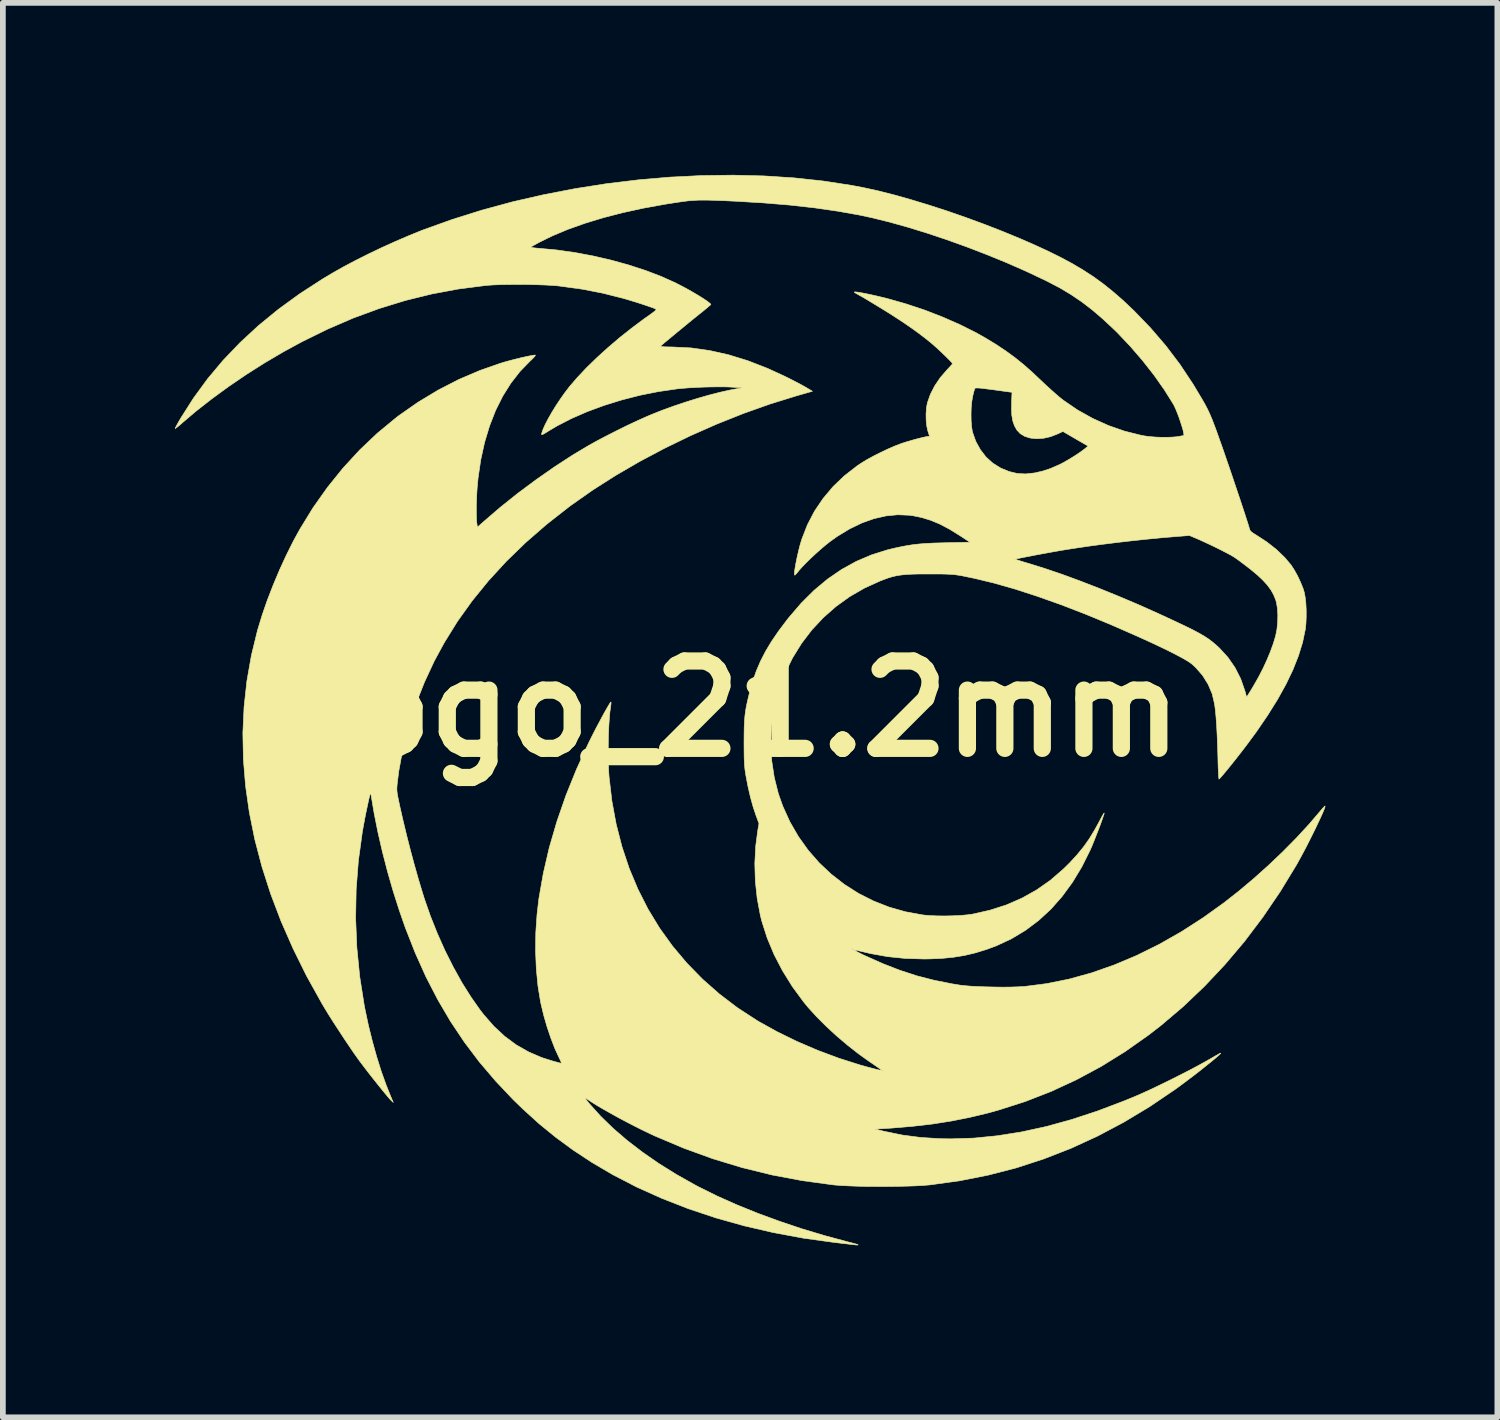
<source format=kicad_pcb>
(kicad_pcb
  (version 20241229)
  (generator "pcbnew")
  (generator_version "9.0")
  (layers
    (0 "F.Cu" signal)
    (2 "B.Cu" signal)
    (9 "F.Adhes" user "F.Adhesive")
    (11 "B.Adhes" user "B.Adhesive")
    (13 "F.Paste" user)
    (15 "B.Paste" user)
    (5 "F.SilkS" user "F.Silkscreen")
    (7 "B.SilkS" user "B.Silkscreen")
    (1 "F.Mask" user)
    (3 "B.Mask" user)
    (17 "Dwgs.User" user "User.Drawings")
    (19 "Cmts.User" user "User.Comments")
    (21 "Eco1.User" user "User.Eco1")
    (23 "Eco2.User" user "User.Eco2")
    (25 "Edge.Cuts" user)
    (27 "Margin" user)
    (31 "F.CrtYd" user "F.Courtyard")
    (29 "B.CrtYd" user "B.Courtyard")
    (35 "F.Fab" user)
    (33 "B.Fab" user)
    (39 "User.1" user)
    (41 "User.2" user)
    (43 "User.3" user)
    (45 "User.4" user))
  (footprint "logo_21.2mm"
    (layer "F.Cu")
    (at 9.904 9.313)
    (property "Reference" "logo_21.2mm" (at 0 0 0) (layer "F.SilkS") (effects (font (size 1.524 1.524) (thickness 0.3))))
    (attr through_hole)
    (fp_poly (pts (xy 0.366 -9.295) (xy 0.892 -9.261) (xy 1.403 -9.206) (xy 1.898 -9.13) (xy 2.105 -9.091) (xy 2.364 -9.034) (xy 2.644 -8.963) (xy 2.941 -8.879) (xy 3.251 -8.785) (xy 3.569 -8.682) (xy 3.89 -8.57) (xy 4.212 -8.452) (xy 4.528 -8.329) (xy 4.836 -8.202) (xy 5.05 -8.109) (xy 5.306 -7.992) (xy 5.537 -7.878) (xy 5.747 -7.766) (xy 5.941 -7.651) (xy 6.122 -7.533) (xy 6.295 -7.407) (xy 6.464 -7.271) (xy 6.634 -7.123) (xy 6.807 -6.959) (xy 6.826 -6.941) (xy 7.115 -6.641) (xy 7.381 -6.331) (xy 7.627 -6.006) (xy 7.856 -5.661) (xy 8.029 -5.371) (xy 8.067 -5.303) (xy 8.099 -5.242) (xy 8.129 -5.181) (xy 8.158 -5.116) (xy 8.188 -5.044) (xy 8.221 -4.958) (xy 8.26 -4.854) (xy 8.305 -4.728) (xy 8.315 -4.699) (xy 8.354 -4.59) (xy 8.397 -4.467) (xy 8.442 -4.335) (xy 8.49 -4.197) (xy 8.538 -4.055) (xy 8.586 -3.912) (xy 8.633 -3.772) (xy 8.678 -3.639) (xy 8.719 -3.515) (xy 8.756 -3.403) (xy 8.787 -3.306) (xy 8.812 -3.229) (xy 8.829 -3.173) (xy 8.837 -3.143) (xy 8.847 -3.115) (xy 8.867 -3.091) (xy 8.904 -3.063) (xy 8.954 -3.032) (xy 9.139 -2.912) (xy 9.306 -2.781) (xy 9.45 -2.643) (xy 9.563 -2.51) (xy 9.62 -2.422) (xy 9.678 -2.318) (xy 9.73 -2.207) (xy 9.773 -2.1) (xy 9.794 -2.032) (xy 9.81 -1.947) (xy 9.822 -1.84) (xy 9.828 -1.722) (xy 9.828 -1.601) (xy 9.823 -1.485) (xy 9.812 -1.383) (xy 9.811 -1.381) (xy 9.765 -1.159) (xy 9.693 -0.926) (xy 9.597 -0.683) (xy 9.476 -0.43) (xy 9.329 -0.165) (xy 9.156 0.112) (xy 8.958 0.402) (xy 8.81 0.603) (xy 8.745 0.689) (xy 8.676 0.778) (xy 8.607 0.867) (xy 8.538 0.953) (xy 8.475 1.032) (xy 8.417 1.102) (xy 8.369 1.159) (xy 8.333 1.2) (xy 8.312 1.222) (xy 8.307 1.225) (xy 8.304 1.211) (xy 8.3 1.171) (xy 8.297 1.108) (xy 8.293 1.028) (xy 8.29 0.934) (xy 8.288 0.84) (xy 8.282 0.637) (xy 8.274 0.449) (xy 8.265 0.279) (xy 8.254 0.131) (xy 8.242 0.008) (xy 8.23 -0.082) (xy 8.188 -0.261) (xy 8.117 -0.428) (xy 8.021 -0.582) (xy 7.9 -0.721) (xy 7.833 -0.782) (xy 7.781 -0.82) (xy 7.701 -0.868) (xy 7.596 -0.925) (xy 7.466 -0.992) (xy 7.311 -1.068) (xy 7.133 -1.152) (xy 6.933 -1.243) (xy 6.88 -1.267) (xy 6.415 -1.471) (xy 5.969 -1.655) (xy 5.544 -1.819) (xy 5.138 -1.963) (xy 4.753 -2.088) (xy 4.388 -2.192) (xy 4.045 -2.275) (xy 3.832 -2.319) (xy 3.775 -2.329) (xy 3.722 -2.337) (xy 3.668 -2.343) (xy 3.609 -2.347) (xy 3.538 -2.35) (xy 3.453 -2.352) (xy 3.346 -2.352) (xy 3.235 -2.352) (xy 3.086 -2.352) (xy 2.962 -2.349) (xy 2.858 -2.344) (xy 2.769 -2.335) (xy 2.689 -2.323) (xy 2.614 -2.306) (xy 2.538 -2.283) (xy 2.458 -2.254) (xy 2.398 -2.231) (xy 2.123 -2.106) (xy 1.865 -1.957) (xy 1.625 -1.784) (xy 1.405 -1.59) (xy 1.204 -1.375) (xy 1.025 -1.14) (xy 0.868 -0.886) (xy 0.735 -0.615) (xy 0.697 -0.523) (xy 0.604 -0.248) (xy 0.538 0.035) (xy 0.5 0.324) (xy 0.49 0.616) (xy 0.506 0.908) (xy 0.55 1.196) (xy 0.621 1.478) (xy 0.698 1.696) (xy 0.822 1.969) (xy 0.97 2.226) (xy 1.141 2.465) (xy 1.333 2.685) (xy 1.544 2.884) (xy 1.774 3.063) (xy 2.019 3.219) (xy 2.28 3.351) (xy 2.555 3.459) (xy 2.841 3.54) (xy 3.137 3.594) (xy 3.141 3.595) (xy 3.251 3.605) (xy 3.379 3.611) (xy 3.518 3.613) (xy 3.659 3.61) (xy 3.795 3.604) (xy 3.917 3.593) (xy 4.012 3.58) (xy 4.315 3.511) (xy 4.601 3.419) (xy 4.871 3.301) (xy 5.125 3.159) (xy 5.365 2.991) (xy 5.591 2.796) (xy 5.701 2.688) (xy 5.833 2.544) (xy 5.947 2.405) (xy 6.047 2.263) (xy 6.141 2.108) (xy 6.211 1.98) (xy 6.245 1.916) (xy 6.273 1.864) (xy 6.294 1.83) (xy 6.304 1.816) (xy 6.305 1.817) (xy 6.3 1.84) (xy 6.285 1.885) (xy 6.263 1.949) (xy 6.235 2.026) (xy 6.203 2.111) (xy 6.168 2.2) (xy 6.134 2.287) (xy 6.101 2.369) (xy 6.071 2.439) (xy 6.06 2.464) (xy 5.914 2.757) (xy 5.751 3.026) (xy 5.571 3.272) (xy 5.375 3.494) (xy 5.161 3.691) (xy 4.932 3.863) (xy 4.687 4.01) (xy 4.426 4.132) (xy 4.251 4.197) (xy 4.055 4.257) (xy 3.865 4.302) (xy 3.672 4.333) (xy 3.47 4.353) (xy 3.251 4.362) (xy 3.155 4.363) (xy 2.834 4.353) (xy 2.529 4.322) (xy 2.232 4.269) (xy 2.062 4.229) (xy 2.009 4.216) (xy 1.967 4.208) (xy 1.946 4.206) (xy 1.944 4.207) (xy 1.955 4.215) (xy 1.988 4.233) (xy 2.039 4.26) (xy 2.103 4.292) (xy 2.138 4.308) (xy 2.445 4.445) (xy 2.741 4.56) (xy 3.035 4.656) (xy 3.334 4.733) (xy 3.644 4.795) (xy 3.795 4.82) (xy 3.878 4.829) (xy 3.985 4.838) (xy 4.11 4.844) (xy 4.246 4.849) (xy 4.388 4.852) (xy 4.529 4.854) (xy 4.664 4.853) (xy 4.786 4.849) (xy 4.889 4.844) (xy 4.918 4.842) (xy 5.306 4.792) (xy 5.696 4.713) (xy 6.088 4.604) (xy 6.479 4.467) (xy 6.871 4.302) (xy 7.261 4.109) (xy 7.65 3.888) (xy 8.035 3.64) (xy 8.389 3.386) (xy 8.649 3.182) (xy 8.911 2.962) (xy 9.17 2.73) (xy 9.421 2.491) (xy 9.659 2.25) (xy 9.879 2.011) (xy 10.062 1.797) (xy 10.101 1.751) (xy 10.133 1.716) (xy 10.152 1.697) (xy 10.157 1.695) (xy 10.155 1.713) (xy 10.141 1.753) (xy 10.116 1.814) (xy 10.081 1.891) (xy 10.039 1.981) (xy 9.992 2.081) (xy 9.939 2.188) (xy 9.884 2.298) (xy 9.828 2.409) (xy 9.771 2.516) (xy 9.717 2.616) (xy 9.667 2.707) (xy 9.66 2.719) (xy 9.375 3.187) (xy 9.071 3.634) (xy 8.75 4.059) (xy 8.41 4.461) (xy 8.053 4.84) (xy 7.68 5.195) (xy 7.291 5.525) (xy 7.075 5.692) (xy 6.668 5.979) (xy 6.25 6.238) (xy 5.82 6.469) (xy 5.379 6.673) (xy 4.925 6.85) (xy 4.459 6.999) (xy 4.267 7.052) (xy 3.953 7.127) (xy 3.634 7.19) (xy 3.303 7.242) (xy 2.956 7.282) (xy 2.587 7.313) (xy 2.488 7.319) (xy 2.308 7.33) (xy 2.473 7.37) (xy 2.784 7.434) (xy 3.106 7.476) (xy 3.443 7.497) (xy 3.631 7.5) (xy 4.032 7.487) (xy 4.443 7.446) (xy 4.864 7.379) (xy 5.295 7.285) (xy 5.737 7.163) (xy 6.19 7.014) (xy 6.654 6.838) (xy 6.844 6.76) (xy 6.974 6.703) (xy 7.123 6.635) (xy 7.285 6.557) (xy 7.454 6.475) (xy 7.624 6.389) (xy 7.789 6.305) (xy 7.941 6.224) (xy 8.076 6.15) (xy 8.143 6.112) (xy 8.224 6.065) (xy 8.282 6.032) (xy 8.318 6.012) (xy 8.336 6.005) (xy 8.337 6.009) (xy 8.324 6.023) (xy 8.3 6.045) (xy 8.239 6.098) (xy 8.159 6.164) (xy 8.064 6.24) (xy 7.96 6.323) (xy 7.85 6.408) (xy 7.739 6.492) (xy 7.633 6.571) (xy 7.538 6.64) (xy 7.095 6.94) (xy 6.644 7.211) (xy 6.187 7.453) (xy 5.723 7.666) (xy 5.251 7.85) (xy 4.772 8.006) (xy 4.285 8.132) (xy 3.791 8.23) (xy 3.288 8.3) (xy 3.265 8.303) (xy 3.153 8.312) (xy 3.017 8.32) (xy 2.862 8.325) (xy 2.694 8.329) (xy 2.518 8.331) (xy 2.339 8.331) (xy 2.163 8.33) (xy 1.995 8.326) (xy 1.84 8.32) (xy 1.704 8.313) (xy 1.592 8.304) (xy 1.584 8.303) (xy 1.043 8.23) (xy 0.512 8.13) (xy -0.009 8.002) (xy -0.524 7.846) (xy -1.033 7.661) (xy -1.538 7.447) (xy -1.617 7.41) (xy -1.742 7.35) (xy -1.878 7.282) (xy -2.019 7.209) (xy -2.161 7.134) (xy -2.298 7.058) (xy -2.427 6.985) (xy -2.543 6.917) (xy -2.64 6.856) (xy -2.708 6.81) (xy -2.735 6.793) (xy -2.749 6.788) (xy -2.749 6.789) (xy -2.74 6.803) (xy -2.717 6.834) (xy -2.683 6.877) (xy -2.671 6.891) (xy -2.479 7.104) (xy -2.26 7.317) (xy -2.016 7.527) (xy -1.749 7.732) (xy -1.462 7.931) (xy -1.157 8.121) (xy -0.836 8.302) (xy -0.762 8.341) (xy -0.445 8.498) (xy -0.102 8.651) (xy 0.261 8.798) (xy 0.64 8.937) (xy 1.03 9.068) (xy 1.426 9.187) (xy 1.823 9.294) (xy 1.913 9.317) (xy 1.975 9.334) (xy 2.008 9.346) (xy 2.013 9.351) (xy 1.99 9.352) (xy 1.94 9.347) (xy 1.905 9.343) (xy 1.876 9.34) (xy 1.823 9.333) (xy 1.751 9.325) (xy 1.668 9.315) (xy 1.599 9.307) (xy 1.063 9.233) (xy 0.539 9.136) (xy 0.029 9.018) (xy -0.467 8.879) (xy -0.947 8.719) (xy -1.408 8.539) (xy -1.851 8.34) (xy -2.272 8.122) (xy -2.637 7.907) (xy -2.96 7.694) (xy -3.262 7.472) (xy -3.553 7.235) (xy -3.837 6.977) (xy -4.005 6.814) (xy -4.31 6.491) (xy -4.462 6.313) (xy 2.435 6.313) (xy 2.443 6.32) (xy 2.45 6.313) (xy 2.443 6.305) (xy 2.435 6.313) (xy -4.462 6.313) (xy -4.594 6.158) (xy -4.855 5.812) (xy -5.097 5.45) (xy -5.319 5.072) (xy -5.525 4.673) (xy -5.713 4.254) (xy -5.887 3.811) (xy -5.991 3.511) (xy -6.097 3.179) (xy -6.195 2.838) (xy -6.284 2.494) (xy -6.362 2.155) (xy -6.427 1.83) (xy -6.456 1.659) (xy -6.468 1.588) (xy -6.478 1.529) (xy -6.486 1.487) (xy -6.49 1.468) (xy -6.491 1.468) (xy -6.496 1.479) (xy -6.506 1.515) (xy -6.52 1.572) (xy -6.536 1.645) (xy -6.554 1.729) (xy -6.573 1.82) (xy -6.592 1.915) (xy -6.609 2.007) (xy -6.625 2.094) (xy -6.634 2.144) (xy -6.703 2.647) (xy -6.742 3.151) (xy -6.751 3.657) (xy -6.73 4.163) (xy -6.68 4.671) (xy -6.6 5.179) (xy -6.587 5.244) (xy -6.529 5.518) (xy -6.461 5.793) (xy -6.386 6.062) (xy -6.305 6.321) (xy -6.219 6.561) (xy -6.142 6.753) (xy -6.095 6.865) (xy -6.134 6.828) (xy -6.16 6.801) (xy -6.2 6.754) (xy -6.252 6.691) (xy -6.313 6.616) (xy -6.38 6.533) (xy -6.45 6.445) (xy -6.52 6.356) (xy -6.586 6.27) (xy -6.646 6.191) (xy -6.694 6.127) (xy -6.77 6.02) (xy -6.856 5.894) (xy -6.949 5.756) (xy -7.043 5.612) (xy -7.136 5.47) (xy -7.222 5.334) (xy -7.297 5.211) (xy -7.339 5.14) (xy -7.606 4.66) (xy -7.843 4.18) (xy -8.053 3.702) (xy -8.234 3.225) (xy -8.386 2.751) (xy -8.51 2.278) (xy -8.605 1.808) (xy -8.661 1.415) (xy -6.032 1.415) (xy -6.028 1.458) (xy -6.02 1.51) (xy -6.007 1.577) (xy -5.988 1.665) (xy -5.985 1.681) (xy -5.928 1.932) (xy -5.865 2.194) (xy -5.798 2.458) (xy -5.728 2.718) (xy -5.658 2.966) (xy -5.589 3.195) (xy -5.556 3.302) (xy -5.448 3.612) (xy -5.325 3.92) (xy -5.191 4.22) (xy -5.046 4.508) (xy -4.894 4.781) (xy -4.735 5.033) (xy -4.574 5.262) (xy -4.517 5.334) (xy -4.34 5.537) (xy -4.151 5.712) (xy -3.95 5.861) (xy -3.734 5.984) (xy -3.504 6.083) (xy -3.317 6.142) (xy -3.26 6.158) (xy -3.211 6.171) (xy -3.18 6.18) (xy -3.178 6.18) (xy -3.166 6.18) (xy -3.166 6.167) (xy -3.177 6.137) (xy -3.202 6.086) (xy -3.276 5.926) (xy -3.346 5.744) (xy -3.412 5.549) (xy -3.47 5.349) (xy -3.517 5.153) (xy -3.525 5.117) (xy -3.571 4.836) (xy -3.6 4.536) (xy -3.613 4.222) (xy -3.609 3.902) (xy -3.587 3.581) (xy -3.555 3.309) (xy -3.478 2.869) (xy -3.374 2.421) (xy -3.242 1.968) (xy -3.084 1.512) (xy -2.899 1.054) (xy -2.689 0.597) (xy -2.644 0.506) (xy -2.597 0.413) (xy -2.548 0.318) (xy -2.497 0.223) (xy -2.449 0.133) (xy -2.404 0.051) (xy -2.364 -0.019) (xy -2.332 -0.073) (xy -2.31 -0.108) (xy -2.299 -0.119) (xy -2.296 -0.106) (xy -2.299 -0.073) (xy -2.302 -0.049) (xy -2.316 0.05) (xy -2.327 0.173) (xy -2.336 0.313) (xy -2.342 0.466) (xy -2.345 0.626) (xy -2.346 0.786) (xy -2.343 0.94) (xy -2.338 1.084) (xy -2.331 1.188) (xy -2.282 1.607) (xy -2.207 2.013) (xy -2.106 2.405) (xy -1.98 2.783) (xy -1.828 3.145) (xy -1.652 3.492) (xy -1.451 3.823) (xy -1.225 4.137) (xy -0.976 4.433) (xy -0.704 4.712) (xy -0.408 4.973) (xy -0.09 5.215) (xy 0.251 5.437) (xy 0.276 5.452) (xy 0.6 5.632) (xy 0.946 5.801) (xy 1.307 5.956) (xy 1.677 6.094) (xy 2.048 6.212) (xy 2.189 6.251) (xy 2.281 6.275) (xy 2.346 6.292) (xy 2.389 6.301) (xy 2.412 6.303) (xy 2.418 6.3) (xy 2.412 6.293) (xy 2.395 6.28) (xy 2.358 6.254) (xy 2.306 6.218) (xy 2.244 6.175) (xy 2.215 6.156) (xy 2.022 6.018) (xy 1.828 5.866) (xy 1.637 5.704) (xy 1.455 5.536) (xy 1.287 5.368) (xy 1.138 5.204) (xy 1.061 5.11) (xy 0.865 4.843) (xy 0.693 4.566) (xy 0.546 4.283) (xy 0.508 4.191) (xy 1.912 4.191) (xy 1.92 4.198) (xy 1.927 4.191) (xy 1.92 4.184) (xy 1.912 4.191) (xy 0.508 4.191) (xy 0.426 3.995) (xy 0.334 3.707) (xy 0.309 3.608) (xy 0.253 3.311) (xy 0.22 3.005) (xy 0.211 2.696) (xy 0.227 2.391) (xy 0.262 2.126) (xy 0.284 2) (xy 0.231 1.857) (xy 0.182 1.711) (xy 0.135 1.541) (xy 0.092 1.355) (xy 0.057 1.173) (xy 0.046 1.108) (xy 0.038 1.047) (xy 0.032 0.986) (xy 0.028 0.918) (xy 0.025 0.838) (xy 0.024 0.741) (xy 0.023 0.621) (xy 0.023 0.583) (xy 0.024 0.437) (xy 0.026 0.316) (xy 0.031 0.211) (xy 0.039 0.118) (xy 0.051 0.029) (xy 0.067 -0.061) (xy 0.089 -0.16) (xy 0.116 -0.272) (xy 0.119 -0.285) (xy 0.174 -0.479) (xy 0.237 -0.66) (xy 0.311 -0.833) (xy 0.399 -1.004) (xy 0.503 -1.177) (xy 0.626 -1.357) (xy 0.771 -1.549) (xy 0.804 -1.591) (xy 1.02 -1.843) (xy 1.244 -2.066) (xy 1.479 -2.262) (xy 1.724 -2.43) (xy 1.979 -2.571) (xy 2.068 -2.609) (xy 4.756 -2.609) (xy 4.768 -2.604) (xy 4.804 -2.592) (xy 4.86 -2.574) (xy 4.931 -2.552) (xy 4.994 -2.534) (xy 5.269 -2.448) (xy 5.564 -2.348) (xy 5.877 -2.233) (xy 6.203 -2.107) (xy 6.54 -1.97) (xy 6.883 -1.825) (xy 7.229 -1.671) (xy 7.574 -1.511) (xy 7.711 -1.446) (xy 7.844 -1.381) (xy 7.953 -1.323) (xy 8.045 -1.27) (xy 8.125 -1.218) (xy 8.196 -1.164) (xy 8.265 -1.105) (xy 8.314 -1.06) (xy 8.463 -0.897) (xy 8.587 -0.718) (xy 8.686 -0.522) (xy 8.76 -0.31) (xy 8.771 -0.27) (xy 8.788 -0.204) (xy 8.849 -0.3) (xy 8.88 -0.351) (xy 8.92 -0.419) (xy 8.964 -0.496) (xy 9.008 -0.574) (xy 9.01 -0.579) (xy 9.079 -0.713) (xy 9.145 -0.857) (xy 9.205 -1.002) (xy 9.255 -1.14) (xy 9.292 -1.263) (xy 9.296 -1.278) (xy 9.318 -1.39) (xy 9.33 -1.512) (xy 9.333 -1.636) (xy 9.326 -1.752) (xy 9.309 -1.854) (xy 9.296 -1.9) (xy 9.26 -1.989) (xy 9.213 -2.073) (xy 9.152 -2.156) (xy 9.075 -2.241) (xy 8.979 -2.332) (xy 8.86 -2.431) (xy 8.793 -2.483) (xy 8.726 -2.534) (xy 8.662 -2.582) (xy 8.606 -2.622) (xy 8.566 -2.65) (xy 8.562 -2.652) (xy 8.511 -2.682) (xy 8.439 -2.72) (xy 8.352 -2.765) (xy 8.256 -2.813) (xy 8.157 -2.861) (xy 8.062 -2.905) (xy 7.977 -2.944) (xy 7.941 -2.96) (xy 7.792 -3.023) (xy 7.56 -3.005) (xy 7.319 -2.985) (xy 7.062 -2.96) (xy 6.796 -2.932) (xy 6.527 -2.901) (xy 6.264 -2.868) (xy 6.012 -2.834) (xy 5.779 -2.799) (xy 5.644 -2.778) (xy 5.548 -2.762) (xy 5.444 -2.744) (xy 5.334 -2.724) (xy 5.224 -2.704) (xy 5.116 -2.684) (xy 5.015 -2.664) (xy 4.926 -2.647) (xy 4.851 -2.632) (xy 4.795 -2.62) (xy 4.762 -2.612) (xy 4.756 -2.609) (xy 2.068 -2.609) (xy 2.246 -2.685) (xy 2.525 -2.773) (xy 2.637 -2.8) (xy 2.757 -2.826) (xy 2.866 -2.847) (xy 2.971 -2.863) (xy 3.077 -2.875) (xy 3.192 -2.884) (xy 3.321 -2.891) (xy 3.47 -2.895) (xy 3.547 -2.897) (xy 3.963 -2.906) (xy 3.788 -3.021) (xy 3.609 -3.132) (xy 3.443 -3.22) (xy 3.283 -3.287) (xy 3.125 -3.336) (xy 2.964 -3.369) (xy 2.901 -3.377) (xy 2.702 -3.385) (xy 2.498 -3.365) (xy 2.289 -3.317) (xy 2.078 -3.242) (xy 1.865 -3.139) (xy 1.652 -3.01) (xy 1.527 -2.921) (xy 1.452 -2.862) (xy 1.367 -2.79) (xy 1.278 -2.711) (xy 1.19 -2.629) (xy 1.108 -2.549) (xy 1.037 -2.476) (xy 0.983 -2.415) (xy 0.971 -2.4) (xy 0.941 -2.363) (xy 0.917 -2.338) (xy 0.907 -2.331) (xy 0.902 -2.345) (xy 0.903 -2.382) (xy 0.91 -2.439) (xy 0.922 -2.511) (xy 0.938 -2.594) (xy 0.957 -2.682) (xy 0.978 -2.771) (xy 1 -2.857) (xy 1.023 -2.934) (xy 1.03 -2.957) (xy 1.128 -3.209) (xy 1.252 -3.447) (xy 1.402 -3.669) (xy 1.576 -3.876) (xy 1.774 -4.065) (xy 1.995 -4.237) (xy 2.065 -4.284) (xy 2.161 -4.343) (xy 2.276 -4.406) (xy 2.403 -4.47) (xy 2.531 -4.531) (xy 2.653 -4.584) (xy 2.76 -4.625) (xy 2.772 -4.629) (xy 2.842 -4.652) (xy 2.921 -4.675) (xy 3.003 -4.699) (xy 3.081 -4.719) (xy 3.15 -4.736) (xy 3.202 -4.747) (xy 3.231 -4.751) (xy 3.253 -4.753) (xy 3.257 -4.755) (xy 3.253 -4.77) (xy 3.242 -4.806) (xy 3.227 -4.853) (xy 3.209 -4.938) (xy 3.199 -5.04) (xy 3.198 -5.135) (xy 3.982 -5.135) (xy 3.984 -5.022) (xy 3.992 -4.92) (xy 4.005 -4.837) (xy 4.008 -4.826) (xy 4.065 -4.665) (xy 4.145 -4.52) (xy 4.244 -4.392) (xy 4.362 -4.285) (xy 4.495 -4.202) (xy 4.5 -4.199) (xy 4.646 -4.139) (xy 4.787 -4.105) (xy 4.932 -4.097) (xy 5.087 -4.114) (xy 5.095 -4.115) (xy 5.23 -4.146) (xy 5.364 -4.19) (xy 5.507 -4.252) (xy 5.536 -4.265) (xy 5.615 -4.307) (xy 5.706 -4.36) (xy 5.801 -4.419) (xy 5.889 -4.478) (xy 5.962 -4.532) (xy 5.981 -4.548) (xy 6.024 -4.583) (xy 5.804 -4.71) (xy 5.584 -4.838) (xy 5.493 -4.795) (xy 5.37 -4.747) (xy 5.246 -4.719) (xy 5.128 -4.711) (xy 5.018 -4.722) (xy 4.92 -4.752) (xy 4.839 -4.801) (xy 4.782 -4.862) (xy 4.739 -4.938) (xy 4.71 -5.023) (xy 4.693 -5.122) (xy 4.688 -5.242) (xy 4.689 -5.274) (xy 4.69 -5.347) (xy 4.692 -5.411) (xy 4.694 -5.46) (xy 4.695 -5.483) (xy 4.699 -5.52) (xy 4.38 -5.564) (xy 4.27 -5.578) (xy 4.187 -5.589) (xy 4.126 -5.595) (xy 4.085 -5.596) (xy 4.061 -5.595) (xy 4.05 -5.589) (xy 4.049 -5.589) (xy 4.041 -5.566) (xy 4.028 -5.522) (xy 4.014 -5.466) (xy 4.01 -5.448) (xy 3.995 -5.357) (xy 3.985 -5.249) (xy 3.982 -5.135) (xy 3.198 -5.135) (xy 3.198 -5.149) (xy 3.205 -5.253) (xy 3.221 -5.337) (xy 3.272 -5.483) (xy 3.348 -5.632) (xy 3.446 -5.777) (xy 3.563 -5.912) (xy 3.566 -5.916) (xy 3.608 -5.96) (xy 3.64 -5.995) (xy 3.658 -6.017) (xy 3.661 -6.022) (xy 3.65 -6.035) (xy 3.623 -6.065) (xy 3.581 -6.107) (xy 3.529 -6.159) (xy 3.507 -6.18) (xy 3.406 -6.276) (xy 3.305 -6.366) (xy 3.198 -6.453) (xy 3.082 -6.542) (xy 2.952 -6.636) (xy 2.803 -6.739) (xy 2.719 -6.794) (xy 2.645 -6.842) (xy 2.558 -6.898) (xy 2.461 -6.958) (xy 2.36 -7.02) (xy 2.261 -7.08) (xy 2.168 -7.136) (xy 2.087 -7.184) (xy 2.022 -7.22) (xy 1.99 -7.238) (xy 1.959 -7.256) (xy 1.947 -7.269) (xy 1.947 -7.271) (xy 1.966 -7.272) (xy 2.009 -7.267) (xy 2.072 -7.256) (xy 2.151 -7.241) (xy 2.241 -7.222) (xy 2.339 -7.2) (xy 2.44 -7.176) (xy 2.522 -7.156) (xy 2.848 -7.063) (xy 3.171 -6.956) (xy 3.485 -6.834) (xy 3.786 -6.702) (xy 4.068 -6.561) (xy 4.233 -6.468) (xy 4.419 -6.355) (xy 4.587 -6.243) (xy 4.745 -6.128) (xy 4.899 -6.004) (xy 5.056 -5.865) (xy 5.216 -5.714) (xy 5.295 -5.639) (xy 5.378 -5.564) (xy 5.458 -5.493) (xy 5.529 -5.432) (xy 5.586 -5.387) (xy 5.589 -5.384) (xy 5.839 -5.213) (xy 6.104 -5.065) (xy 6.379 -4.941) (xy 6.66 -4.843) (xy 6.944 -4.772) (xy 7.015 -4.759) (xy 7.099 -4.748) (xy 7.198 -4.74) (xy 7.305 -4.736) (xy 7.411 -4.736) (xy 7.506 -4.74) (xy 7.584 -4.747) (xy 7.603 -4.751) (xy 7.649 -4.759) (xy 7.681 -4.765) (xy 7.691 -4.766) (xy 7.695 -4.779) (xy 7.69 -4.815) (xy 7.678 -4.869) (xy 7.658 -4.935) (xy 7.634 -5.01) (xy 7.608 -5.087) (xy 7.579 -5.162) (xy 7.551 -5.231) (xy 7.525 -5.287) (xy 7.512 -5.312) (xy 7.354 -5.564) (xy 7.173 -5.821) (xy 6.973 -6.076) (xy 6.759 -6.324) (xy 6.536 -6.559) (xy 6.468 -6.625) (xy 6.277 -6.804) (xy 6.094 -6.96) (xy 5.913 -7.099) (xy 5.728 -7.224) (xy 5.533 -7.341) (xy 5.321 -7.452) (xy 5.266 -7.479) (xy 4.944 -7.631) (xy 4.608 -7.779) (xy 4.263 -7.92) (xy 3.913 -8.055) (xy 3.563 -8.181) (xy 3.216 -8.297) (xy 2.878 -8.401) (xy 2.552 -8.492) (xy 2.243 -8.568) (xy 2.031 -8.613) (xy 1.656 -8.68) (xy 1.253 -8.738) (xy 0.824 -8.786) (xy 0.366 -8.824) (xy -0.119 -8.853) (xy -0.328 -8.863) (xy -0.47 -8.868) (xy -0.588 -8.872) (xy -0.689 -8.873) (xy -0.779 -8.872) (xy -0.865 -8.867) (xy -0.952 -8.86) (xy -1.047 -8.848) (xy -1.156 -8.832) (xy -1.285 -8.812) (xy -1.36 -8.8) (xy -1.734 -8.732) (xy -2.092 -8.654) (xy -2.432 -8.566) (xy -2.75 -8.469) (xy -3.046 -8.364) (xy -3.316 -8.251) (xy -3.541 -8.141) (xy -3.6 -8.109) (xy -3.65 -8.081) (xy -3.684 -8.062) (xy -3.695 -8.054) (xy -3.686 -8.049) (xy -3.653 -8.042) (xy -3.602 -8.036) (xy -3.553 -8.032) (xy -3.242 -8.003) (xy -2.925 -7.958) (xy -2.606 -7.898) (xy -2.29 -7.825) (xy -1.984 -7.74) (xy -1.69 -7.644) (xy -1.416 -7.539) (xy -1.165 -7.426) (xy -1.149 -7.417) (xy -1.053 -7.368) (xy -0.957 -7.316) (xy -0.864 -7.263) (xy -0.776 -7.211) (xy -0.699 -7.163) (xy -0.635 -7.121) (xy -0.588 -7.086) (xy -0.561 -7.062) (xy -0.556 -7.051) (xy -0.569 -7.039) (xy -0.601 -7.012) (xy -0.648 -6.972) (xy -0.708 -6.923) (xy -0.762 -6.88) (xy -0.823 -6.831) (xy -0.895 -6.773) (xy -0.974 -6.708) (xy -1.058 -6.639) (xy -1.142 -6.57) (xy -1.222 -6.504) (xy -1.294 -6.444) (xy -1.356 -6.393) (xy -1.401 -6.354) (xy -1.428 -6.331) (xy -1.43 -6.329) (xy -1.429 -6.323) (xy -1.408 -6.318) (xy -1.363 -6.314) (xy -1.293 -6.312) (xy -1.221 -6.311) (xy -0.902 -6.295) (xy -0.577 -6.249) (xy -0.246 -6.175) (xy 0.091 -6.071) (xy 0.433 -5.938) (xy 0.725 -5.804) (xy 0.815 -5.76) (xy 0.905 -5.713) (xy 0.989 -5.67) (xy 1.058 -5.632) (xy 1.097 -5.61) (xy 1.216 -5.539) (xy 0.94 -5.46) (xy 0.478 -5.317) (xy 0.013 -5.152) (xy -0.451 -4.967) (xy -0.909 -4.765) (xy -1.358 -4.547) (xy -1.794 -4.316) (xy -2.214 -4.072) (xy -2.612 -3.819) (xy -2.985 -3.557) (xy -3.026 -3.527) (xy -3.42 -3.218) (xy -3.786 -2.9) (xy -4.124 -2.572) (xy -4.434 -2.234) (xy -4.718 -1.885) (xy -4.975 -1.526) (xy -5.205 -1.155) (xy -5.378 -0.837) (xy -5.552 -0.463) (xy -5.703 -0.081) (xy -5.828 0.306) (xy -5.927 0.695) (xy -5.998 1.082) (xy -6.022 1.27) (xy -6.028 1.327) (xy -6.032 1.374) (xy -6.032 1.415) (xy -8.661 1.415) (xy -8.671 1.342) (xy -8.709 0.879) (xy -8.718 0.42) (xy -8.697 -0.035) (xy -8.648 -0.484) (xy -8.57 -0.929) (xy -8.463 -1.368) (xy -8.379 -1.644) (xy -8.292 -1.894) (xy -8.191 -2.155) (xy -8.08 -2.419) (xy -7.962 -2.676) (xy -7.841 -2.919) (xy -7.725 -3.131) (xy -7.495 -3.506) (xy -7.243 -3.862) (xy -6.972 -4.198) (xy -6.682 -4.513) (xy -6.376 -4.804) (xy -6.053 -5.071) (xy -5.999 -5.113) (xy -5.664 -5.347) (xy -5.314 -5.558) (xy -4.953 -5.744) (xy -4.583 -5.902) (xy -4.225 -6.027) (xy -4.142 -6.052) (xy -4.05 -6.077) (xy -3.954 -6.102) (xy -3.859 -6.125) (xy -3.773 -6.144) (xy -3.699 -6.159) (xy -3.644 -6.168) (xy -3.619 -6.171) (xy -3.617 -6.162) (xy -3.637 -6.136) (xy -3.677 -6.095) (xy -3.709 -6.065) (xy -3.885 -5.884) (xy -4.044 -5.68) (xy -4.186 -5.453) (xy -4.31 -5.205) (xy -4.415 -4.936) (xy -4.502 -4.649) (xy -4.569 -4.344) (xy -4.616 -4.022) (xy -4.631 -3.864) (xy -4.638 -3.757) (xy -4.643 -3.643) (xy -4.646 -3.529) (xy -4.646 -3.423) (xy -4.644 -3.33) (xy -4.64 -3.257) (xy -4.637 -3.237) (xy -4.628 -3.168) (xy -4.523 -3.261) (xy -4.233 -3.511) (xy -3.924 -3.758) (xy -3.604 -3.996) (xy -3.28 -4.222) (xy -2.958 -4.431) (xy -2.697 -4.587) (xy -2.548 -4.67) (xy -2.379 -4.759) (xy -2.2 -4.85) (xy -2.018 -4.94) (xy -1.841 -5.023) (xy -1.676 -5.097) (xy -1.591 -5.133) (xy -1.403 -5.208) (xy -1.201 -5.281) (xy -0.993 -5.351) (xy -0.784 -5.416) (xy -0.581 -5.474) (xy -0.389 -5.523) (xy -0.214 -5.562) (xy -0.127 -5.578) (xy -0.007 -5.599) (xy -0.172 -5.61) (xy -0.269 -5.615) (xy -0.389 -5.616) (xy -0.525 -5.615) (xy -0.668 -5.612) (xy -0.812 -5.606) (xy -0.95 -5.598) (xy -1.075 -5.588) (xy -1.15 -5.58) (xy -1.472 -5.533) (xy -1.792 -5.469) (xy -2.108 -5.388) (xy -2.415 -5.293) (xy -2.708 -5.185) (xy -2.984 -5.065) (xy -3.237 -4.935) (xy -3.385 -4.847) (xy -3.443 -4.811) (xy -3.48 -4.79) (xy -3.5 -4.781) (xy -3.508 -4.785) (xy -3.507 -4.798) (xy -3.505 -4.807) (xy -3.483 -4.874) (xy -3.445 -4.959) (xy -3.393 -5.059) (xy -3.331 -5.168) (xy -3.261 -5.282) (xy -3.185 -5.397) (xy -3.107 -5.508) (xy -3.028 -5.611) (xy -3.023 -5.618) (xy -2.885 -5.778) (xy -2.725 -5.948) (xy -2.545 -6.123) (xy -2.351 -6.299) (xy -2.146 -6.474) (xy -1.934 -6.642) (xy -1.72 -6.802) (xy -1.661 -6.843) (xy -1.594 -6.891) (xy -1.548 -6.925) (xy -1.522 -6.948) (xy -1.512 -6.963) (xy -1.516 -6.972) (xy -1.52 -6.975) (xy -1.551 -6.988) (xy -1.606 -7.008) (xy -1.678 -7.033) (xy -1.762 -7.061) (xy -1.852 -7.09) (xy -1.944 -7.118) (xy -2.03 -7.144) (xy -2.097 -7.163) (xy -2.443 -7.25) (xy -2.796 -7.319) (xy -3.166 -7.37) (xy -3.212 -7.376) (xy -3.317 -7.385) (xy -3.445 -7.392) (xy -3.59 -7.397) (xy -3.744 -7.401) (xy -3.903 -7.402) (xy -4.059 -7.401) (xy -4.206 -7.399) (xy -4.339 -7.394) (xy -4.45 -7.387) (xy -4.482 -7.384) (xy -4.956 -7.323) (xy -5.422 -7.236) (xy -5.881 -7.123) (xy -6.337 -6.983) (xy -6.792 -6.816) (xy -7.246 -6.62) (xy -7.691 -6.401) (xy -8.013 -6.226) (xy -8.335 -6.036) (xy -8.654 -5.834) (xy -8.964 -5.623) (xy -9.26 -5.407) (xy -9.536 -5.191) (xy -9.769 -4.993) (xy -9.819 -4.949) (xy -9.861 -4.915) (xy -9.889 -4.894) (xy -9.899 -4.889) (xy -9.894 -4.903) (xy -9.876 -4.938) (xy -9.848 -4.989) (xy -9.813 -5.05) (xy -9.804 -5.066) (xy -9.58 -5.418) (xy -9.333 -5.756) (xy -9.062 -6.079) (xy -8.766 -6.388) (xy -8.446 -6.684) (xy -8.099 -6.968) (xy -7.726 -7.239) (xy -7.325 -7.499) (xy -7.149 -7.604) (xy -6.965 -7.708) (xy -6.759 -7.817) (xy -6.536 -7.929) (xy -6.305 -8.04) (xy -6.07 -8.146) (xy -5.839 -8.246) (xy -5.618 -8.336) (xy -5.566 -8.356) (xy -5.064 -8.536) (xy -4.548 -8.698) (xy -4.018 -8.842) (xy -3.477 -8.966) (xy -2.929 -9.072) (xy -2.377 -9.159) (xy -1.822 -9.226) (xy -1.267 -9.274) (xy -0.716 -9.301) (xy -0.17 -9.308) (xy 0.366 -9.295)) (stroke (width 0.01) (type solid)) (fill yes) (layer "F.SilkS")))
  (gr_rect
    (start -3 -3)
    (end 23.066 21.67)
    (stroke (width 0.1) (type default))
    (fill no)
    (layer "Edge.Cuts")))
</source>
